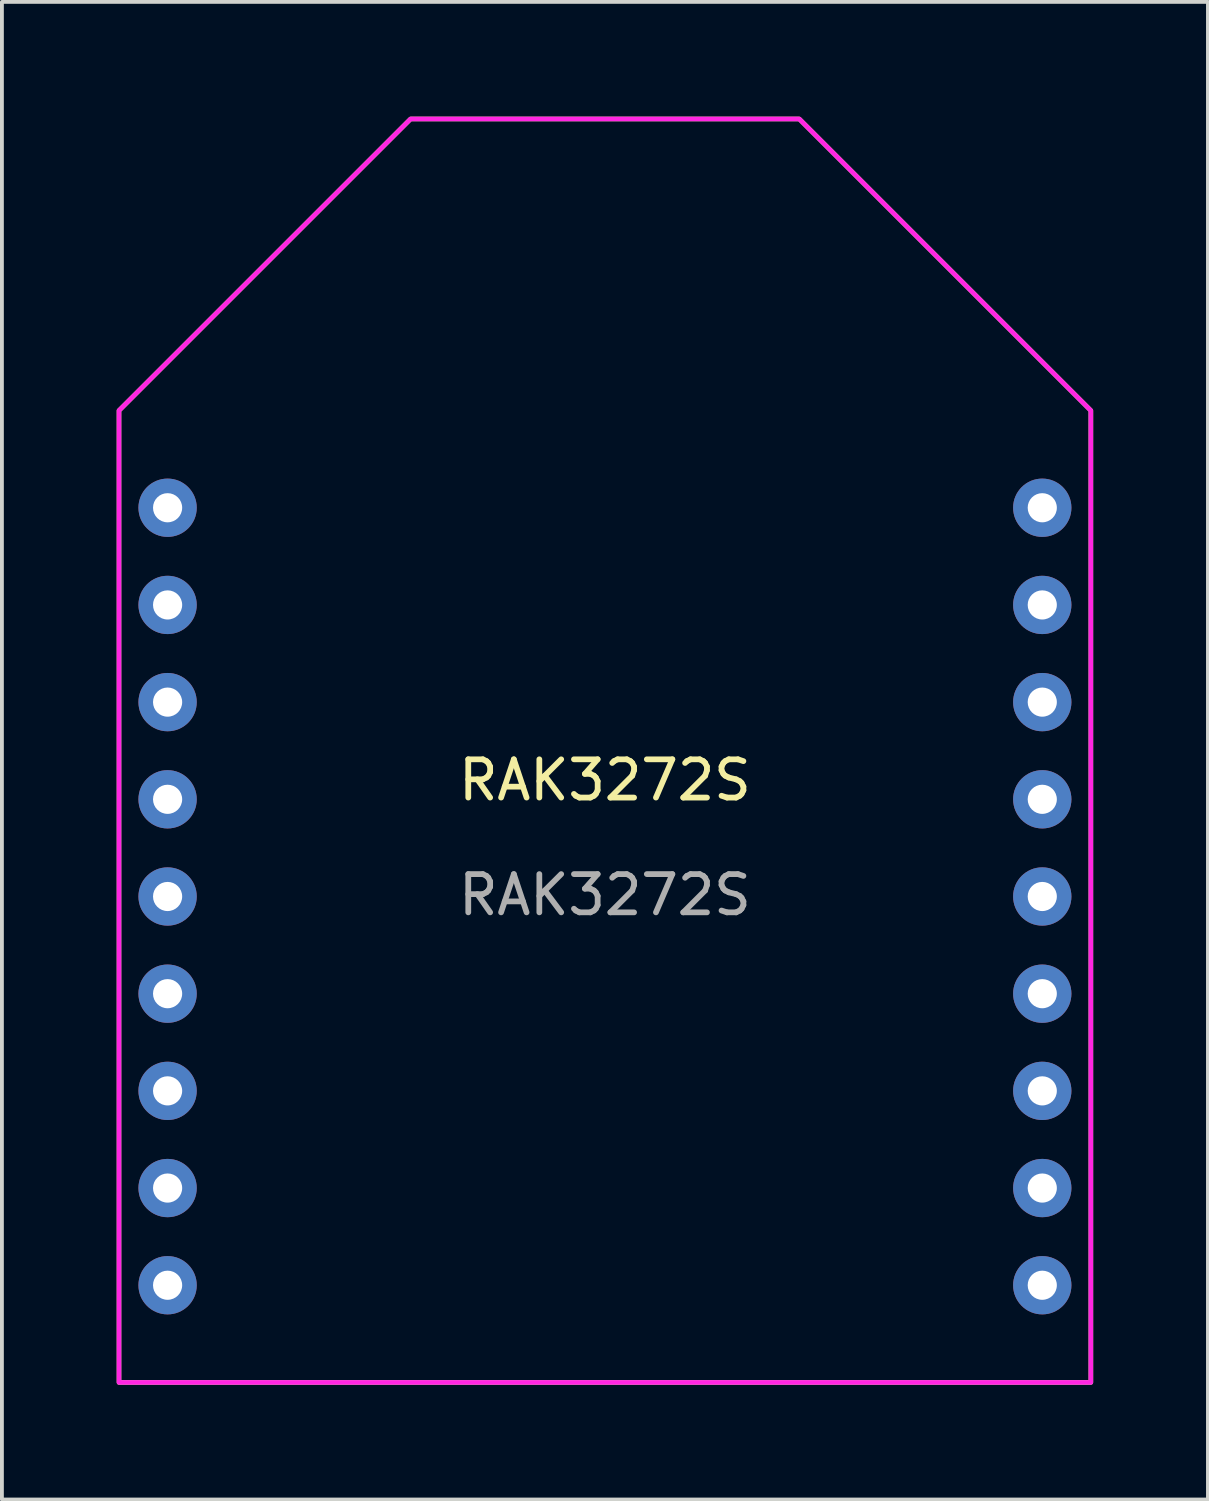
<source format=kicad_pcb>
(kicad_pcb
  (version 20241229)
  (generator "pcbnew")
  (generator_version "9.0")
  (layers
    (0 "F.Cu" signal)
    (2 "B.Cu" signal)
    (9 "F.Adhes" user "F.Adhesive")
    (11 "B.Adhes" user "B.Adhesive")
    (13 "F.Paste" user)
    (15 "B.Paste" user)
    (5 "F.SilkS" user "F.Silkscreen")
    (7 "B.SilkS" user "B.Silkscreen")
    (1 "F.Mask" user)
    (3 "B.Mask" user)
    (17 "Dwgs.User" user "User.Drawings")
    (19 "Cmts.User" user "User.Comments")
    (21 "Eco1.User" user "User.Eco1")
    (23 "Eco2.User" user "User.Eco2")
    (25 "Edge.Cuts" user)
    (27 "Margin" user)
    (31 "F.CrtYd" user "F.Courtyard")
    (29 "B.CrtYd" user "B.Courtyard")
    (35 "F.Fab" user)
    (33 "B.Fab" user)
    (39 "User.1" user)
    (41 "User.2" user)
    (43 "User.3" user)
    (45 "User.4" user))
  (footprint "RAK3272S"
    (layer "F.Cu")
    (at 12.76 17.84)
    (property "Reference" "RAK3272S" (at 0 -0.5 0) (unlocked yes) (layer "F.SilkS") (effects (font (size 1 1) (thickness 0.15))))
    (attr through_hole)
    (fp_poly (pts (xy 12.7 -10.16) (xy 12.7 15.24) (xy -12.7 15.24) (xy -12.7 -10.16) (xy -5.08 -17.78) (xy 5.08 -17.78)) (stroke (width 0.12) (type solid)) (fill no) (layer "F.SilkS"))
    (fp_poly (pts (xy 12.7 -10.16) (xy 12.7 15.24) (xy -12.7 15.24) (xy -12.7 -10.16) (xy -5.08 -17.78) (xy 5.08 -17.78)) (stroke (width 0.12) (type solid)) (fill no) (layer "F.CrtYd"))
    (fp_text user "${REFERENCE}" (at 0 2.5 0) (unlocked yes) (layer "F.Fab") (effects (font (size 1 1) (thickness 0.15))))
    (pad "1" thru_hole circle (at -11.43 -7.62) (size 1.524 1.524) (drill 0.762) (layers "*.Cu" "*.Mask"))
    (pad "2" thru_hole circle (at -11.43 -5.08) (size 1.524 1.524) (drill 0.762) (layers "*.Cu" "*.Mask"))
    (pad "3" thru_hole circle (at -11.43 -2.54) (size 1.524 1.524) (drill 0.762) (layers "*.Cu" "*.Mask"))
    (pad "4" thru_hole circle (at -11.43 0) (size 1.524 1.524) (drill 0.762) (layers "*.Cu" "*.Mask"))
    (pad "5" thru_hole circle (at -11.43 2.54) (size 1.524 1.524) (drill 0.762) (layers "*.Cu" "*.Mask"))
    (pad "6" thru_hole circle (at -11.43 5.08) (size 1.524 1.524) (drill 0.762) (layers "*.Cu" "*.Mask"))
    (pad "7" thru_hole circle (at -11.43 7.62) (size 1.524 1.524) (drill 0.762) (layers "*.Cu" "*.Mask"))
    (pad "8" thru_hole circle (at -11.43 10.16) (size 1.524 1.524) (drill 0.762) (layers "*.Cu" "*.Mask"))
    (pad "9" thru_hole circle (at -11.43 12.7) (size 1.524 1.524) (drill 0.762) (layers "*.Cu" "*.Mask"))
    (pad "10" thru_hole circle (at 11.43 12.7) (size 1.524 1.524) (drill 0.762) (layers "*.Cu" "*.Mask"))
    (pad "11" thru_hole circle (at 11.43 10.16) (size 1.524 1.524) (drill 0.762) (layers "*.Cu" "*.Mask"))
    (pad "12" thru_hole circle (at 11.43 7.62) (size 1.524 1.524) (drill 0.762) (layers "*.Cu" "*.Mask"))
    (pad "13" thru_hole circle (at 11.43 5.08) (size 1.524 1.524) (drill 0.762) (layers "*.Cu" "*.Mask"))
    (pad "14" thru_hole circle (at 11.43 2.54) (size 1.524 1.524) (drill 0.762) (layers "*.Cu" "*.Mask"))
    (pad "15" thru_hole circle (at 11.43 0) (size 1.524 1.524) (drill 0.762) (layers "*.Cu" "*.Mask"))
    (pad "16" thru_hole circle (at 11.43 -2.54) (size 1.524 1.524) (drill 0.762) (layers "*.Cu" "*.Mask"))
    (pad "17" thru_hole circle (at 11.43 -5.08) (size 1.524 1.524) (drill 0.762) (layers "*.Cu" "*.Mask"))
    (pad "18" thru_hole circle (at 11.43 -7.62) (size 1.524 1.524) (drill 0.762) (layers "*.Cu" "*.Mask")))
  (gr_rect
    (start -3 -3)
    (end 28.52 36.14)
    (stroke (width 0.1) (type default))
    (fill no)
    (layer "Edge.Cuts")))
</source>
